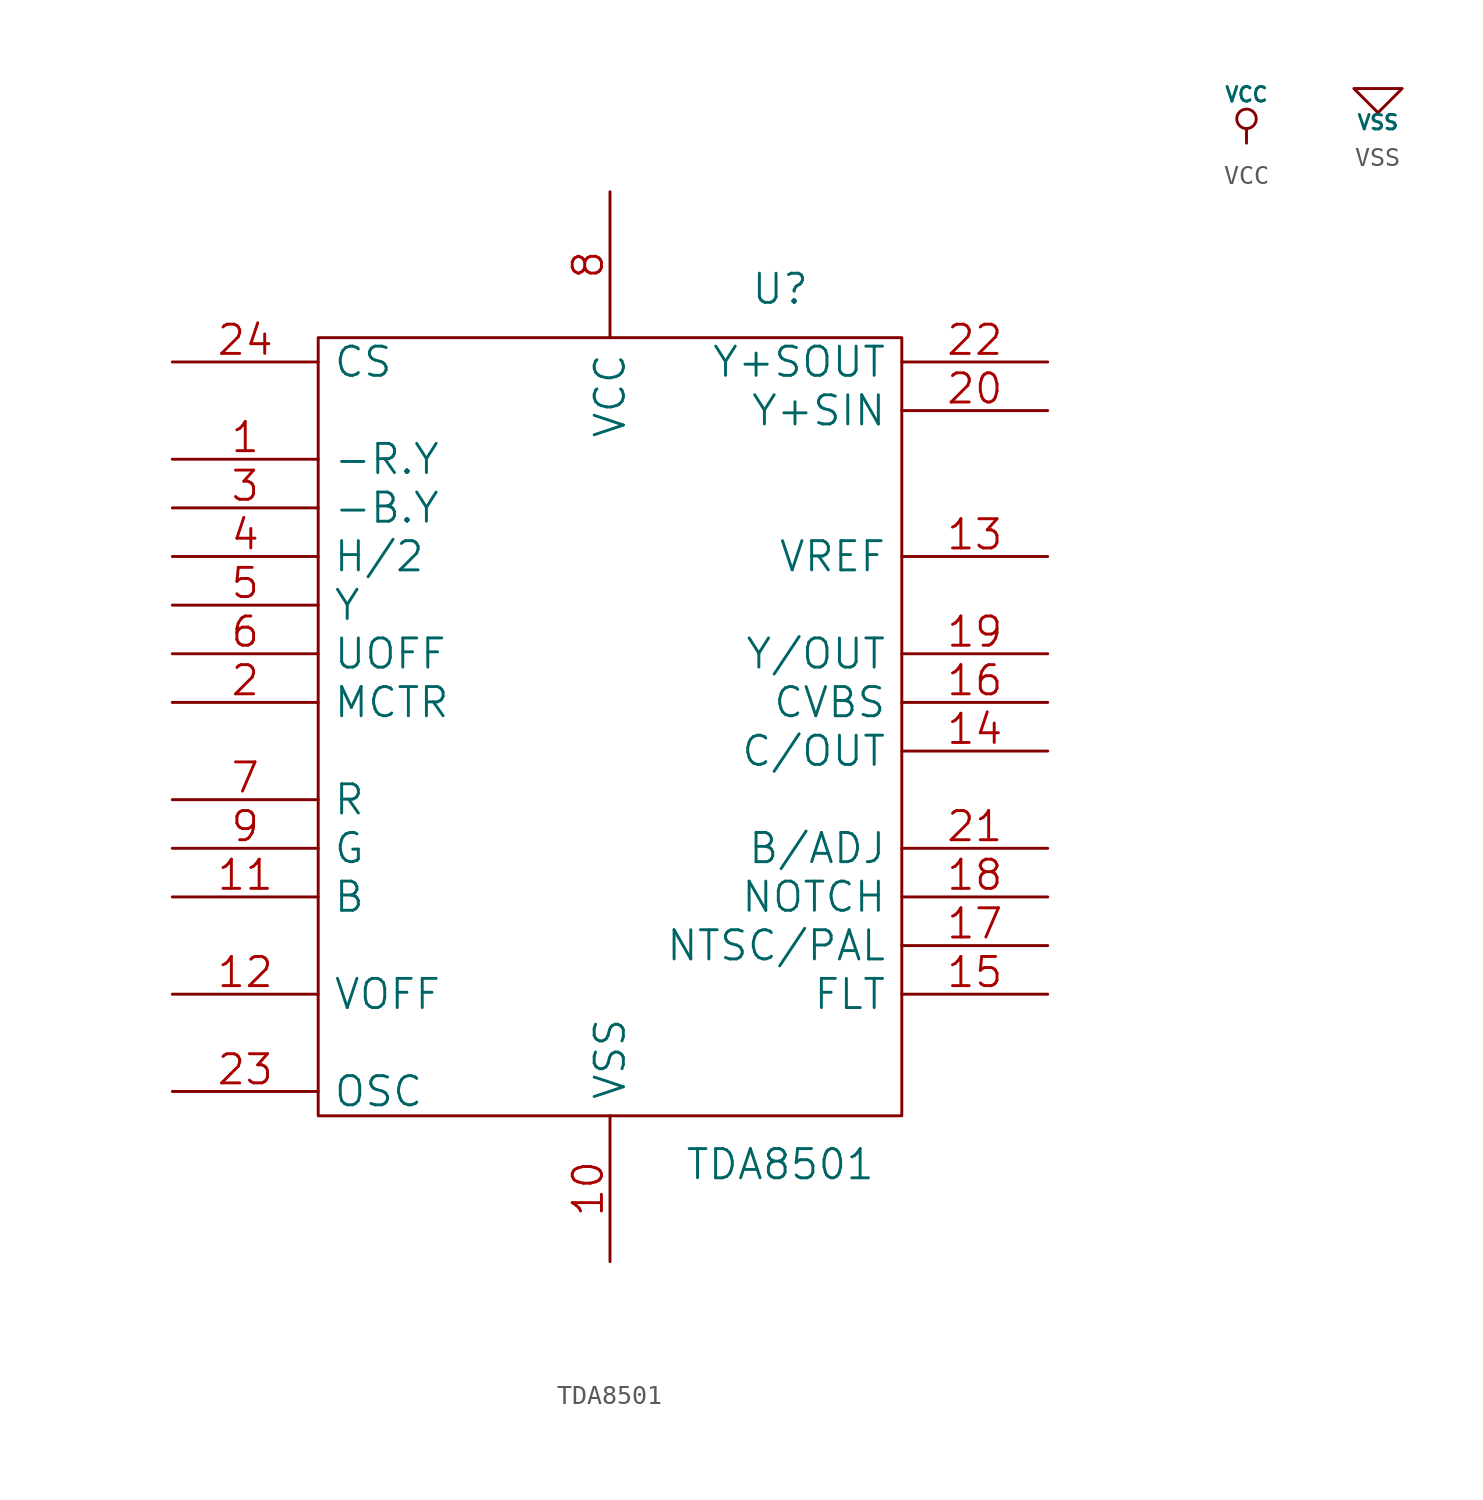
<source format=kicad_sym>
(kicad_symbol_lib
  (version 20231120)
  (generator "kicad_symbol_editor")
  (generator_version "8.0")
  (symbol "TDA8501"
    (pin_names
      (offset 0.762))
    (property "Reference" "U"
      (at 8.89 24.13 0)
      (effects (font (size 1.524 1.524))))
    (property "Value" "TDA8501"
      (at 8.89 -21.59 0)
      (effects (font (size 1.524 1.524))))
    (property "Footprint" ""
      (at 0 0 0)
      (effects (font (size 1.524 1.524))))
    (property "Datasheet" ""
      (at 0 0 0)
      (effects (font (size 1.524 1.524))))
    (symbol "TDA8501_0_1"
      (rectangle (start -15.24 21.59) (end 15.24 -19.05) (stroke (width 0) (type default)) (fill (type none))))
    (symbol "TDA8501_1_1"
      (pin input line (at -22.86 15.24 0) (length 7.62) (name "-R.Y" (effects (font (size 1.524 1.524)))) (number "1" (effects (font (size 1.524 1.524)))))
      (pin input line (at 0 -26.67 90) (length 7.62) (name "VSS" (effects (font (size 1.524 1.524)))) (number "10" (effects (font (size 1.524 1.524)))))
      (pin input line (at -22.86 -7.62 0) (length 7.62) (name "B" (effects (font (size 1.524 1.524)))) (number "11" (effects (font (size 1.524 1.524)))))
      (pin output line (at -22.86 -12.7 0) (length 7.62) (name "VOFF" (effects (font (size 1.524 1.524)))) (number "12" (effects (font (size 1.524 1.524)))))
      (pin output line (at 22.86 10.16 180) (length 7.62) (name "VREF" (effects (font (size 1.524 1.524)))) (number "13" (effects (font (size 1.524 1.524)))))
      (pin output line (at 22.86 0 180) (length 7.62) (name "C/OUT" (effects (font (size 1.524 1.524)))) (number "14" (effects (font (size 1.524 1.524)))))
      (pin passive line (at 22.86 -12.7 180) (length 7.62) (name "FLT" (effects (font (size 1.524 1.524)))) (number "15" (effects (font (size 1.524 1.524)))))
      (pin output line (at 22.86 2.54 180) (length 7.62) (name "CVBS" (effects (font (size 1.524 1.524)))) (number "16" (effects (font (size 1.524 1.524)))))
      (pin input line (at 22.86 -10.16 180) (length 7.62) (name "NTSC/PAL" (effects (font (size 1.524 1.524)))) (number "17" (effects (font (size 1.524 1.524)))))
      (pin input line (at 22.86 -7.62 180) (length 7.62) (name "NOTCH" (effects (font (size 1.524 1.524)))) (number "18" (effects (font (size 1.524 1.524)))))
      (pin output line (at 22.86 5.08 180) (length 7.62) (name "Y/OUT" (effects (font (size 1.524 1.524)))) (number "19" (effects (font (size 1.524 1.524)))))
      (pin input line (at -22.86 2.54 0) (length 7.62) (name "MCTR" (effects (font (size 1.524 1.524)))) (number "2" (effects (font (size 1.524 1.524)))))
      (pin input line (at 22.86 17.78 180) (length 7.62) (name "Y+SIN" (effects (font (size 1.524 1.524)))) (number "20" (effects (font (size 1.524 1.524)))))
      (pin passive line (at 22.86 -5.08 180) (length 7.62) (name "B/ADJ" (effects (font (size 1.524 1.524)))) (number "21" (effects (font (size 1.524 1.524)))))
      (pin output line (at 22.86 20.32 180) (length 7.62) (name "Y+SOUT" (effects (font (size 1.524 1.524)))) (number "22" (effects (font (size 1.524 1.524)))))
      (pin output line (at -22.86 -17.78 0) (length 7.62) (name "OSC" (effects (font (size 1.524 1.524)))) (number "23" (effects (font (size 1.524 1.524)))))
      (pin input line (at -22.86 20.32 0) (length 7.62) (name "CS" (effects (font (size 1.524 1.524)))) (number "24" (effects (font (size 1.524 1.524)))))
      (pin input line (at -22.86 12.7 0) (length 7.62) (name "-B.Y" (effects (font (size 1.524 1.524)))) (number "3" (effects (font (size 1.524 1.524)))))
      (pin bidirectional line (at -22.86 10.16 0) (length 7.62) (name "H/2" (effects (font (size 1.524 1.524)))) (number "4" (effects (font (size 1.524 1.524)))))
      (pin input line (at -22.86 7.62 0) (length 7.62) (name "Y" (effects (font (size 1.524 1.524)))) (number "5" (effects (font (size 1.524 1.524)))))
      (pin output line (at -22.86 5.08 0) (length 7.62) (name "UOFF" (effects (font (size 1.524 1.524)))) (number "6" (effects (font (size 1.524 1.524)))))
      (pin input line (at -22.86 -2.54 0) (length 7.62) (name "R" (effects (font (size 1.524 1.524)))) (number "7" (effects (font (size 1.524 1.524)))))
      (pin input line (at 0 29.21 270) (length 7.62) (name "VCC" (effects (font (size 1.524 1.524)))) (number "8" (effects (font (size 1.524 1.524)))))
      (pin input line (at -22.86 -5.08 0) (length 7.62) (name "G" (effects (font (size 1.524 1.524)))) (number "9" (effects (font (size 1.524 1.524)))))))
  (symbol "VCC"
    (power)
    (pin_names
      (offset 0))
    (property "Reference" "#PWR"
      (at 0 2.54 0)
      (effects (font (size 0.762 0.762)) (hide yes)))
    (property "Value" "VCC"
      (at 0 2.54 0)
      (effects (font (size 0.762 0.762))))
    (property "Footprint" ""
      (at 0 0 0)
      (effects (font (size 1.524 1.524))))
    (property "Datasheet" ""
      (at 0 0 0)
      (effects (font (size 1.524 1.524))))
    (symbol "VCC_0_0"
      (pin power_in line (at 0 0 90) (length 0) hide (name "VCC" (effects (font (size 0.508 0.508)))) (number "1" (effects (font (size 0.508 0.508))))))
    (symbol "VCC_0_1"
      (polyline (pts (xy 0 0) (xy 0 0.762) (xy 0 0.762)) (stroke (width 0) (type default)) (fill (type none)))
      (circle (center 0 1.27) (radius 0.508) (stroke (width 0) (type default)) (fill (type none)))))
  (symbol "VSS"
    (power)
    (pin_names
      (offset 0))
    (property "Reference" "#PWR"
      (at 0 0 0)
      (effects (font (size 0.762 0.762)) (hide yes)))
    (property "Value" "VSS"
      (at 0 -1.778 0)
      (effects (font (size 0.762 0.762))))
    (property "Footprint" ""
      (at 0 0 0)
      (effects (font (size 1.524 1.524))))
    (property "Datasheet" ""
      (at 0 0 0)
      (effects (font (size 1.524 1.524))))
    (symbol "VSS_0_1"
      (polyline (pts (xy -1.27 0) (xy 0 -1.27) (xy 1.27 0) (xy -1.27 0)) (stroke (width 0) (type default)) (fill (type none))))
    (symbol "VSS_1_1"
      (pin power_in line (at 0 0 90) (length 0) hide (name "VSS" (effects (font (size 0.762 0.762)))) (number "1" (effects (font (size 0.762 0.762))))))))
</source>
